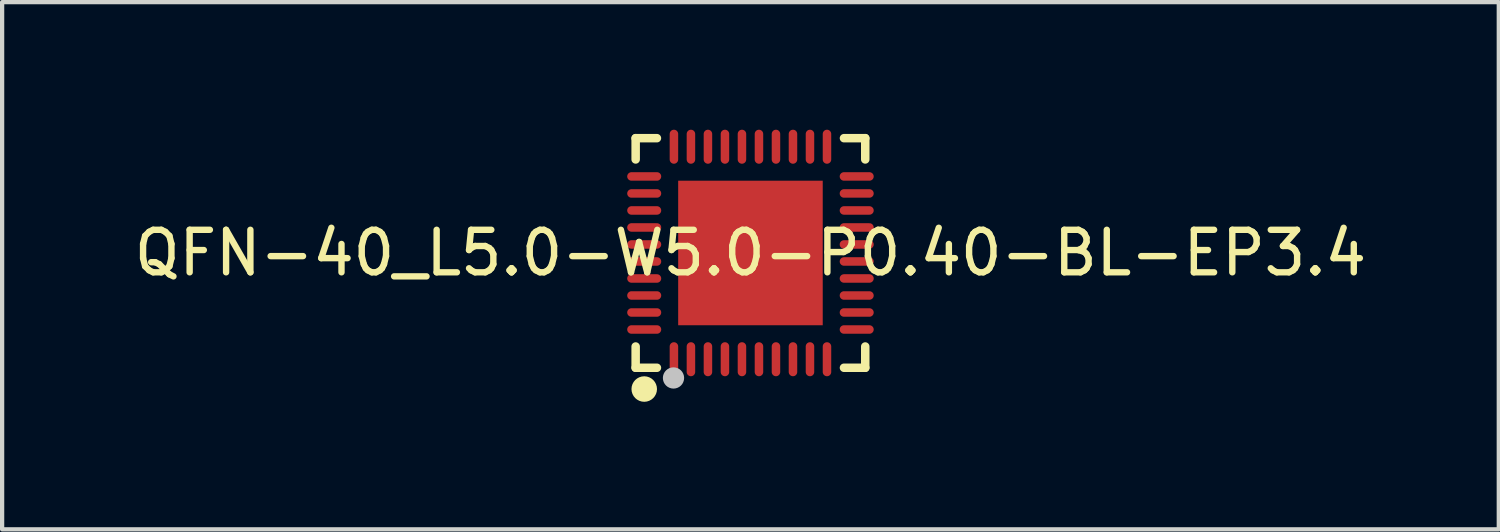
<source format=kicad_pcb>
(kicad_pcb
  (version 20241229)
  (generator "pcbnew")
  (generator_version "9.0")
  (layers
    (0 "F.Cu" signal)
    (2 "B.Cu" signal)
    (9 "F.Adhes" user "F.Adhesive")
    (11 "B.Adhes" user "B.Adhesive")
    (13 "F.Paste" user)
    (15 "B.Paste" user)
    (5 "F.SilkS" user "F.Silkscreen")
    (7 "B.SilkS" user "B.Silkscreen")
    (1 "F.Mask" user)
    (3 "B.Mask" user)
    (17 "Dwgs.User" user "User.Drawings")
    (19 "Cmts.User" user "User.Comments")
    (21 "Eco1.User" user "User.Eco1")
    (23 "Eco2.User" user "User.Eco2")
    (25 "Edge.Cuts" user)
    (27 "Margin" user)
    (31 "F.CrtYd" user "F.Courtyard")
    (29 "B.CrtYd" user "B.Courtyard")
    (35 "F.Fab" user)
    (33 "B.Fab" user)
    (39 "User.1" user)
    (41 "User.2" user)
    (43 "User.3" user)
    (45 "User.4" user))
  (footprint "QFN-40_L5.0-W5.0-P0.40-BL-EP3.4"
    (layer "F.Cu")
    (at 14.601 2.9)
    (property "Reference" "QFN-40_L5.0-W5.0-P0.40-BL-EP3.4" (at 0 0 0) (layer "F.SilkS") (effects (font (size 1 1) (thickness 0.15))))
    (fp_line (start -2.7 -2.7) (end -2.7 -2.2) (stroke (width 0.2) (type default)) (layer "F.SilkS"))
    (fp_line (start -2.7 2.7) (end -2.7 2.2) (stroke (width 0.2) (type default)) (layer "F.SilkS"))
    (fp_line (start -2.2 -2.7) (end -2.7 -2.7) (stroke (width 0.2) (type default)) (layer "F.SilkS"))
    (fp_line (start -2.2 2.7) (end -2.7 2.7) (stroke (width 0.2) (type default)) (layer "F.SilkS"))
    (fp_line (start 2.7 -2.7) (end 2.2 -2.7) (stroke (width 0.2) (type default)) (layer "F.SilkS"))
    (fp_line (start 2.7 -2.2) (end 2.7 -2.7) (stroke (width 0.2) (type default)) (layer "F.SilkS"))
    (fp_line (start 2.7 2.2) (end 2.7 2.7) (stroke (width 0.2) (type default)) (layer "F.SilkS"))
    (fp_line (start 2.7 2.7) (end 2.2 2.7) (stroke (width 0.2) (type default)) (layer "F.SilkS"))
    (fp_arc (start -2.497 3.0505) (mid -2.49775 3.350503) (end -2.4995 3.0505) (stroke (width 0.3) (type default)) (layer "F.SilkS"))
    (fp_circle (center -1.81 2.94) (end -1.685 2.94) (stroke (width 0.25) (type default)) (fill no) (layer "Dwgs.User"))
    (fp_poly (pts (xy -2.5 -1.701) (xy -2.5 -1.901) (xy -2.1 -1.901) (xy -2.1 -1.701)) (stroke (width 0.1) (type default)) (fill no) (layer "User.1"))
    (fp_poly (pts (xy -2.5 -1.3) (xy -2.5 -1.5) (xy -2.1 -1.5) (xy -2.1 -1.3)) (stroke (width 0.1) (type default)) (fill no) (layer "User.1"))
    (fp_poly (pts (xy -2.5 -0.901) (xy -2.5 -1.101) (xy -2.1 -1.101) (xy -2.1 -0.901)) (stroke (width 0.1) (type default)) (fill no) (layer "User.1"))
    (fp_poly (pts (xy -2.5 -0.499) (xy -2.5 -0.7) (xy -2.1 -0.7) (xy -2.1 -0.499)) (stroke (width 0.1) (type default)) (fill no) (layer "User.1"))
    (fp_poly (pts (xy -2.5 -0.101) (xy -2.5 -0.3) (xy -2.1 -0.3) (xy -2.1 -0.101)) (stroke (width 0.1) (type default)) (fill no) (layer "User.1"))
    (fp_poly (pts (xy -2.5 0.3) (xy -2.5 0.101) (xy -2.1 0.101) (xy -2.1 0.3)) (stroke (width 0.1) (type default)) (fill no) (layer "User.1"))
    (fp_poly (pts (xy -2.5 0.7) (xy -2.5 0.499) (xy -2.1 0.499) (xy -2.1 0.7)) (stroke (width 0.1) (type default)) (fill no) (layer "User.1"))
    (fp_poly (pts (xy -2.5 1.101) (xy -2.5 0.901) (xy -2.1 0.901) (xy -2.1 1.101)) (stroke (width 0.1) (type default)) (fill no) (layer "User.1"))
    (fp_poly (pts (xy -2.5 1.5) (xy -2.5 1.3) (xy -2.1 1.3) (xy -2.1 1.5)) (stroke (width 0.1) (type default)) (fill no) (layer "User.1"))
    (fp_poly (pts (xy -2.5 1.901) (xy -2.5 1.701) (xy -2.1 1.701) (xy -2.1 1.901)) (stroke (width 0.1) (type default)) (fill no) (layer "User.1"))
    (fp_poly (pts (xy -1.901 -2.1) (xy -1.901 -2.5) (xy -1.701 -2.5) (xy -1.701 -2.1)) (stroke (width 0.1) (type default)) (fill no) (layer "User.1"))
    (fp_poly (pts (xy -1.901 2.5) (xy -1.901 2.1) (xy -1.701 2.1) (xy -1.701 2.5)) (stroke (width 0.1) (type default)) (fill no) (layer "User.1"))
    (fp_poly (pts (xy -1.7 -1.7) (xy 1.7 -1.7) (xy 1.7 1.7) (xy -1.7 1.7)) (stroke (width 0.1) (type default)) (fill no) (layer "User.1"))
    (fp_poly (pts (xy -1.5 -2.1) (xy -1.5 -2.5) (xy -1.3 -2.5) (xy -1.3 -2.1)) (stroke (width 0.1) (type default)) (fill no) (layer "User.1"))
    (fp_poly (pts (xy -1.5 2.5) (xy -1.5 2.1) (xy -1.3 2.1) (xy -1.3 2.5)) (stroke (width 0.1) (type default)) (fill no) (layer "User.1"))
    (fp_poly (pts (xy -1.101 -2.1) (xy -1.101 -2.5) (xy -0.901 -2.5) (xy -0.901 -2.1)) (stroke (width 0.1) (type default)) (fill no) (layer "User.1"))
    (fp_poly (pts (xy -1.101 2.5) (xy -1.101 2.1) (xy -0.901 2.1) (xy -0.901 2.5)) (stroke (width 0.1) (type default)) (fill no) (layer "User.1"))
    (fp_poly (pts (xy -0.7 -2.1) (xy -0.7 -2.5) (xy -0.499 -2.5) (xy -0.499 -2.1)) (stroke (width 0.1) (type default)) (fill no) (layer "User.1"))
    (fp_poly (pts (xy -0.7 2.5) (xy -0.7 2.1) (xy -0.499 2.1) (xy -0.499 2.5)) (stroke (width 0.1) (type default)) (fill no) (layer "User.1"))
    (fp_poly (pts (xy -0.3 -2.1) (xy -0.3 -2.5) (xy -0.101 -2.5) (xy -0.101 -2.1)) (stroke (width 0.1) (type default)) (fill no) (layer "User.1"))
    (fp_poly (pts (xy -0.3 2.5) (xy -0.3 2.1) (xy -0.101 2.1) (xy -0.101 2.5)) (stroke (width 0.1) (type default)) (fill no) (layer "User.1"))
    (fp_poly (pts (xy 0.101 -2.1) (xy 0.101 -2.5) (xy 0.3 -2.5) (xy 0.3 -2.1)) (stroke (width 0.1) (type default)) (fill no) (layer "User.1"))
    (fp_poly (pts (xy 0.101 2.5) (xy 0.101 2.1) (xy 0.3 2.1) (xy 0.3 2.5)) (stroke (width 0.1) (type default)) (fill no) (layer "User.1"))
    (fp_poly (pts (xy 0.499 -2.1) (xy 0.499 -2.5) (xy 0.7 -2.5) (xy 0.7 -2.1)) (stroke (width 0.1) (type default)) (fill no) (layer "User.1"))
    (fp_poly (pts (xy 0.499 2.5) (xy 0.499 2.1) (xy 0.7 2.1) (xy 0.7 2.5)) (stroke (width 0.1) (type default)) (fill no) (layer "User.1"))
    (fp_poly (pts (xy 0.901 -2.1) (xy 0.901 -2.5) (xy 1.101 -2.5) (xy 1.101 -2.1)) (stroke (width 0.1) (type default)) (fill no) (layer "User.1"))
    (fp_poly (pts (xy 0.901 2.5) (xy 0.901 2.1) (xy 1.101 2.1) (xy 1.101 2.5)) (stroke (width 0.1) (type default)) (fill no) (layer "User.1"))
    (fp_poly (pts (xy 1.3 -2.1) (xy 1.3 -2.5) (xy 1.5 -2.5) (xy 1.5 -2.1)) (stroke (width 0.1) (type default)) (fill no) (layer "User.1"))
    (fp_poly (pts (xy 1.3 2.5) (xy 1.3 2.1) (xy 1.5 2.1) (xy 1.5 2.5)) (stroke (width 0.1) (type default)) (fill no) (layer "User.1"))
    (fp_poly (pts (xy 1.701 -2.1) (xy 1.701 -2.5) (xy 1.901 -2.5) (xy 1.901 -2.1)) (stroke (width 0.1) (type default)) (fill no) (layer "User.1"))
    (fp_poly (pts (xy 1.701 2.5) (xy 1.701 2.1) (xy 1.901 2.1) (xy 1.901 2.5)) (stroke (width 0.1) (type default)) (fill no) (layer "User.1"))
    (fp_poly (pts (xy 2.1 -1.701) (xy 2.1 -1.901) (xy 2.5 -1.901) (xy 2.5 -1.701)) (stroke (width 0.1) (type default)) (fill no) (layer "User.1"))
    (fp_poly (pts (xy 2.1 -1.3) (xy 2.1 -1.5) (xy 2.5 -1.5) (xy 2.5 -1.3)) (stroke (width 0.1) (type default)) (fill no) (layer "User.1"))
    (fp_poly (pts (xy 2.1 -0.901) (xy 2.1 -1.101) (xy 2.5 -1.101) (xy 2.5 -0.901)) (stroke (width 0.1) (type default)) (fill no) (layer "User.1"))
    (fp_poly (pts (xy 2.1 -0.499) (xy 2.1 -0.7) (xy 2.5 -0.7) (xy 2.5 -0.499)) (stroke (width 0.1) (type default)) (fill no) (layer "User.1"))
    (fp_poly (pts (xy 2.1 -0.101) (xy 2.1 -0.3) (xy 2.5 -0.3) (xy 2.5 -0.101)) (stroke (width 0.1) (type default)) (fill no) (layer "User.1"))
    (fp_poly (pts (xy 2.1 0.3) (xy 2.1 0.101) (xy 2.5 0.101) (xy 2.5 0.3)) (stroke (width 0.1) (type default)) (fill no) (layer "User.1"))
    (fp_poly (pts (xy 2.1 0.7) (xy 2.1 0.499) (xy 2.5 0.499) (xy 2.5 0.7)) (stroke (width 0.1) (type default)) (fill no) (layer "User.1"))
    (fp_poly (pts (xy 2.1 1.101) (xy 2.1 0.901) (xy 2.5 0.901) (xy 2.5 1.101)) (stroke (width 0.1) (type default)) (fill no) (layer "User.1"))
    (fp_poly (pts (xy 2.1 1.5) (xy 2.1 1.3) (xy 2.5 1.3) (xy 2.5 1.5)) (stroke (width 0.1) (type default)) (fill no) (layer "User.1"))
    (fp_poly (pts (xy 2.1 1.901) (xy 2.1 1.701) (xy 2.5 1.701) (xy 2.5 1.901)) (stroke (width 0.1) (type default)) (fill no) (layer "User.1"))
    (fp_line (start -2.5 -2.5) (end 2.5 -2.5) (stroke (width 0.051) (type default)) (layer "User.2"))
    (fp_line (start -2.5 2.5) (end -2.5 -2.5) (stroke (width 0.051) (type default)) (layer "User.2"))
    (fp_line (start 2.5 -2.5) (end 2.5 2.5) (stroke (width 0.051) (type default)) (layer "User.2"))
    (fp_line (start 2.5 2.5) (end -2.5 2.5) (stroke (width 0.051) (type default)) (layer "User.2"))
    (fp_poly (pts (xy -2.44 2.5) (xy -2.458 2.458) (xy -2.5 2.44) (xy -2.542 2.458) (xy -2.56 2.5) (xy -2.542 2.542) (xy -2.5 2.56) (xy -2.458 2.542)) (stroke (width 0.1) (type default)) (fill no) (layer "User.3"))
    (pad "1" smd oval (at -1.8 2.499) (size 0.2 0.8) (layers "F.Cu" "F.Mask" "F.Paste"))
    (pad "2" smd oval (at -1.4 2.499) (size 0.2 0.8) (layers "F.Cu" "F.Mask" "F.Paste"))
    (pad "3" smd oval (at -1 2.499) (size 0.2 0.8) (layers "F.Cu" "F.Mask" "F.Paste"))
    (pad "4" smd oval (at -0.6 2.499) (size 0.2 0.8) (layers "F.Cu" "F.Mask" "F.Paste"))
    (pad "5" smd oval (at -0.2 2.499) (size 0.2 0.8) (layers "F.Cu" "F.Mask" "F.Paste"))
    (pad "6" smd oval (at 0.2 2.499) (size 0.2 0.8) (layers "F.Cu" "F.Mask" "F.Paste"))
    (pad "7" smd oval (at 0.6 2.499) (size 0.2 0.8) (layers "F.Cu" "F.Mask" "F.Paste"))
    (pad "8" smd oval (at 1 2.499) (size 0.2 0.8) (layers "F.Cu" "F.Mask" "F.Paste"))
    (pad "9" smd oval (at 1.4 2.499) (size 0.2 0.8) (layers "F.Cu" "F.Mask" "F.Paste"))
    (pad "10" smd oval (at 1.8 2.499) (size 0.2 0.8) (layers "F.Cu" "F.Mask" "F.Paste"))
    (pad "11" smd oval (at 2.499 1.8) (size 0.8 0.2) (layers "F.Cu" "F.Mask" "F.Paste"))
    (pad "12" smd oval (at 2.499 1.4) (size 0.8 0.2) (layers "F.Cu" "F.Mask" "F.Paste"))
    (pad "13" smd oval (at 2.499 1) (size 0.8 0.2) (layers "F.Cu" "F.Mask" "F.Paste"))
    (pad "14" smd oval (at 2.499 0.6) (size 0.8 0.2) (layers "F.Cu" "F.Mask" "F.Paste"))
    (pad "15" smd oval (at 2.499 0.2) (size 0.8 0.2) (layers "F.Cu" "F.Mask" "F.Paste"))
    (pad "16" smd oval (at 2.499 -0.2) (size 0.8 0.2) (layers "F.Cu" "F.Mask" "F.Paste"))
    (pad "17" smd oval (at 2.499 -0.6) (size 0.8 0.2) (layers "F.Cu" "F.Mask" "F.Paste"))
    (pad "18" smd oval (at 2.499 -1) (size 0.8 0.2) (layers "F.Cu" "F.Mask" "F.Paste"))
    (pad "19" smd oval (at 2.499 -1.4) (size 0.8 0.2) (layers "F.Cu" "F.Mask" "F.Paste"))
    (pad "20" smd oval (at 2.499 -1.8) (size 0.8 0.2) (layers "F.Cu" "F.Mask" "F.Paste"))
    (pad "21" smd oval (at 1.8 -2.499) (size 0.2 0.8) (layers "F.Cu" "F.Mask" "F.Paste"))
    (pad "22" smd oval (at 1.4 -2.499) (size 0.2 0.8) (layers "F.Cu" "F.Mask" "F.Paste"))
    (pad "23" smd oval (at 1 -2.499) (size 0.2 0.8) (layers "F.Cu" "F.Mask" "F.Paste"))
    (pad "24" smd oval (at 0.6 -2.499) (size 0.2 0.8) (layers "F.Cu" "F.Mask" "F.Paste"))
    (pad "25" smd oval (at 0.2 -2.499) (size 0.2 0.8) (layers "F.Cu" "F.Mask" "F.Paste"))
    (pad "26" smd oval (at -0.2 -2.499) (size 0.2 0.8) (layers "F.Cu" "F.Mask" "F.Paste"))
    (pad "27" smd oval (at -0.6 -2.499) (size 0.2 0.8) (layers "F.Cu" "F.Mask" "F.Paste"))
    (pad "28" smd oval (at -1 -2.499) (size 0.2 0.8) (layers "F.Cu" "F.Mask" "F.Paste"))
    (pad "29" smd oval (at -1.4 -2.499) (size 0.2 0.8) (layers "F.Cu" "F.Mask" "F.Paste"))
    (pad "30" smd oval (at -1.8 -2.499) (size 0.2 0.8) (layers "F.Cu" "F.Mask" "F.Paste"))
    (pad "31" smd oval (at -2.499 -1.8) (size 0.8 0.2) (layers "F.Cu" "F.Mask" "F.Paste"))
    (pad "32" smd oval (at -2.499 -1.4) (size 0.8 0.2) (layers "F.Cu" "F.Mask" "F.Paste"))
    (pad "33" smd oval (at -2.499 -1) (size 0.8 0.2) (layers "F.Cu" "F.Mask" "F.Paste"))
    (pad "34" smd oval (at -2.499 -0.6) (size 0.8 0.2) (layers "F.Cu" "F.Mask" "F.Paste"))
    (pad "35" smd oval (at -2.499 -0.2) (size 0.8 0.2) (layers "F.Cu" "F.Mask" "F.Paste"))
    (pad "36" smd oval (at -2.499 0.2) (size 0.8 0.2) (layers "F.Cu" "F.Mask" "F.Paste"))
    (pad "37" smd oval (at -2.499 0.6) (size 0.8 0.2) (layers "F.Cu" "F.Mask" "F.Paste"))
    (pad "38" smd oval (at -2.499 1) (size 0.8 0.2) (layers "F.Cu" "F.Mask" "F.Paste"))
    (pad "39" smd oval (at -2.499 1.4) (size 0.8 0.2) (layers "F.Cu" "F.Mask" "F.Paste"))
    (pad "40" smd oval (at -2.499 1.8) (size 0.8 0.2) (layers "F.Cu" "F.Mask" "F.Paste"))
    (pad "41" smd rect (at 0 0) (size 3.4 3.4) (layers "F.Cu" "F.Mask" "F.Paste")))
  (gr_rect
    (start -3 -3)
    (end 32.202 9.4)
    (stroke (width 0.1) (type default))
    (fill no)
    (layer "Edge.Cuts")))
</source>
